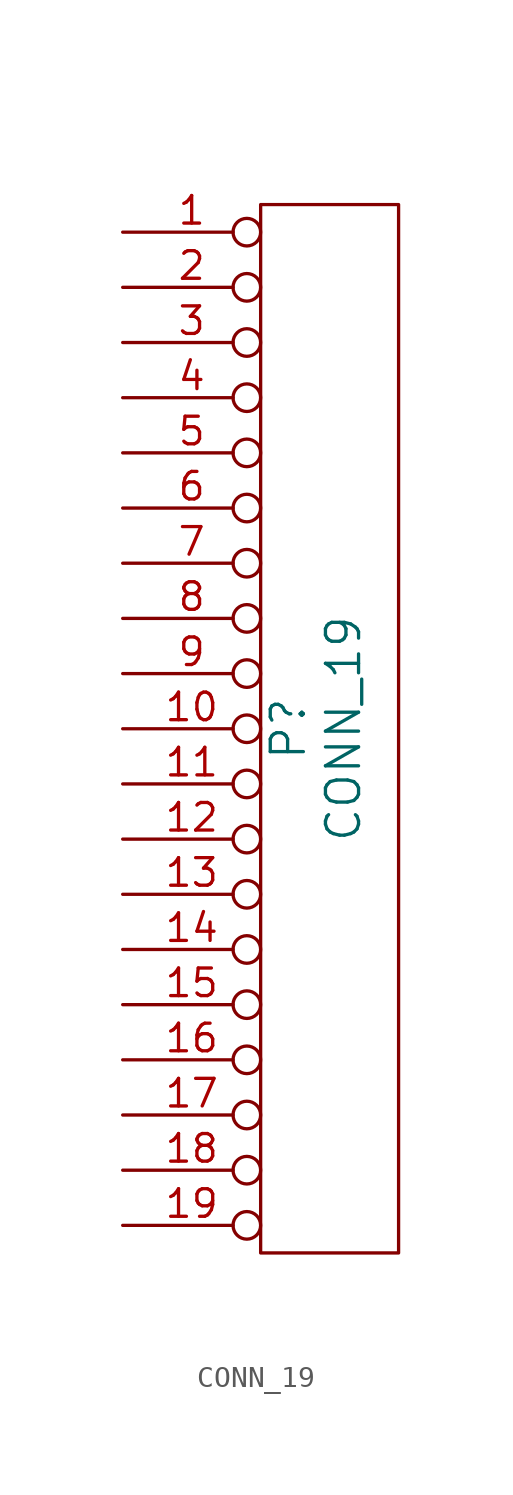
<source format=kicad_sym>
(kicad_symbol_lib
  (version 20211014)
  (generator kicad_symbol_editor)
  (symbol "CONN_19"
    (pin_names
      (offset 1.016) hide)
    (property "Reference" "P"
      (at -1.27 0 90)
      (effects (font (size 1.524 1.524))))
    (property "Value" "CONN_19"
      (at 1.27 0 90)
      (effects (font (size 1.524 1.524))))
    (property "Footprint" ""
      (at 0 0 0)
      (effects (font (size 1.524 1.524))))
    (property "Datasheet" ""
      (at 0 0 0)
      (effects (font (size 1.524 1.524))))
    (symbol "CONN_19_0_1"
      (rectangle (start -2.54 -24.13) (end 3.81 24.13) (stroke (width 0) (type default) (color 0 0 0 0)) (fill (type none))))
    (symbol "CONN_19_1_1"
      (pin passive inverted (at -8.89 22.86 0) (length 6.35) (name "P1" (effects (font (size 1.27 1.27)))) (number "1" (effects (font (size 1.27 1.27)))))
      (pin passive inverted (at -8.89 0 0) (length 6.35) (name "P10" (effects (font (size 1.27 1.27)))) (number "10" (effects (font (size 1.27 1.27)))))
      (pin passive inverted (at -8.89 -2.54 0) (length 6.35) (name "P11" (effects (font (size 1.27 1.27)))) (number "11" (effects (font (size 1.27 1.27)))))
      (pin passive inverted (at -8.89 -5.08 0) (length 6.35) (name "P12" (effects (font (size 1.27 1.27)))) (number "12" (effects (font (size 1.27 1.27)))))
      (pin passive inverted (at -8.89 -7.62 0) (length 6.35) (name "P13" (effects (font (size 1.27 1.27)))) (number "13" (effects (font (size 1.27 1.27)))))
      (pin passive inverted (at -8.89 -10.16 0) (length 6.35) (name "P14" (effects (font (size 1.27 1.27)))) (number "14" (effects (font (size 1.27 1.27)))))
      (pin passive inverted (at -8.89 -12.7 0) (length 6.35) (name "P15" (effects (font (size 1.27 1.27)))) (number "15" (effects (font (size 1.27 1.27)))))
      (pin passive inverted (at -8.89 -15.24 0) (length 6.35) (name "P16" (effects (font (size 1.27 1.27)))) (number "16" (effects (font (size 1.27 1.27)))))
      (pin passive inverted (at -8.89 -17.78 0) (length 6.35) (name "P17" (effects (font (size 1.27 1.27)))) (number "17" (effects (font (size 1.27 1.27)))))
      (pin passive inverted (at -8.89 -20.32 0) (length 6.35) (name "P18" (effects (font (size 1.27 1.27)))) (number "18" (effects (font (size 1.27 1.27)))))
      (pin passive inverted (at -8.89 -22.86 0) (length 6.35) (name "P19" (effects (font (size 1.27 1.27)))) (number "19" (effects (font (size 1.27 1.27)))))
      (pin passive inverted (at -8.89 20.32 0) (length 6.35) (name "P2" (effects (font (size 1.27 1.27)))) (number "2" (effects (font (size 1.27 1.27)))))
      (pin passive inverted (at -8.89 17.78 0) (length 6.35) (name "P3" (effects (font (size 1.27 1.27)))) (number "3" (effects (font (size 1.27 1.27)))))
      (pin passive inverted (at -8.89 15.24 0) (length 6.35) (name "P4" (effects (font (size 1.27 1.27)))) (number "4" (effects (font (size 1.27 1.27)))))
      (pin passive inverted (at -8.89 12.7 0) (length 6.35) (name "P5" (effects (font (size 1.27 1.27)))) (number "5" (effects (font (size 1.27 1.27)))))
      (pin passive inverted (at -8.89 10.16 0) (length 6.35) (name "P6" (effects (font (size 1.27 1.27)))) (number "6" (effects (font (size 1.27 1.27)))))
      (pin passive inverted (at -8.89 7.62 0) (length 6.35) (name "P7" (effects (font (size 1.27 1.27)))) (number "7" (effects (font (size 1.27 1.27)))))
      (pin passive inverted (at -8.89 5.08 0) (length 6.35) (name "P8" (effects (font (size 1.27 1.27)))) (number "8" (effects (font (size 1.27 1.27)))))
      (pin passive inverted (at -8.89 2.54 0) (length 6.35) (name "P9" (effects (font (size 1.27 1.27)))) (number "9" (effects (font (size 1.27 1.27))))))))
</source>
